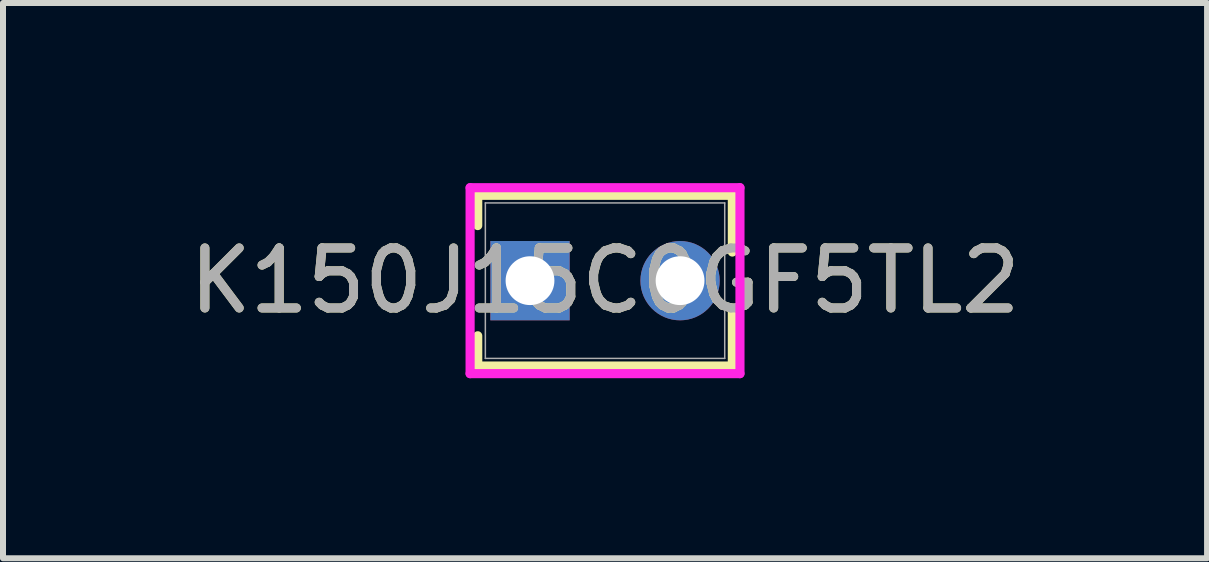
<source format=kicad_pcb>
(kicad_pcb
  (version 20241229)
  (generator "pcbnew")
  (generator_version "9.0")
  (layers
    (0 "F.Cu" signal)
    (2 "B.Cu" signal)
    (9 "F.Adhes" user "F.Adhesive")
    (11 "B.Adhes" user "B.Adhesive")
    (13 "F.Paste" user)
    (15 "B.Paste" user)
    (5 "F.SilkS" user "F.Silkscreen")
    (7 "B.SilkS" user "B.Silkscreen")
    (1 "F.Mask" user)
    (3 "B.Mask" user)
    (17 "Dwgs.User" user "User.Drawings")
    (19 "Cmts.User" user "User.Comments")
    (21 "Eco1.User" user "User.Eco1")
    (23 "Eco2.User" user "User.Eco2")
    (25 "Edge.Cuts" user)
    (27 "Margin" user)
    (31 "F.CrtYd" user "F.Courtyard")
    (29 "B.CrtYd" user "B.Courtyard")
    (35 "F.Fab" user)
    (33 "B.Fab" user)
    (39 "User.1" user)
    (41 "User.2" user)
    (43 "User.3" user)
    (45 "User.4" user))
  (footprint "K150J15C0GF5TL2"
    (layer "F.Cu")
    (at 5.78 1.626)
    (property "Reference" "K150J15C0GF5TL2" (at 1.25 0 0) (unlocked yes) (layer "F.SilkS") (effects (font (size 1 1) (thickness 0.15))))
    (attr through_hole)
    (fp_line (start -0.871 -1.422) (end -0.871 -0.918) (stroke (width 0.152) (type solid)) (layer "F.SilkS"))
    (fp_line (start -0.871 0.918) (end -0.871 1.422) (stroke (width 0.152) (type solid)) (layer "F.SilkS"))
    (fp_line (start 3.371 -1.422) (end -0.871 -1.422) (stroke (width 0.152) (type solid)) (layer "F.SilkS"))
    (fp_line (start 3.371 -1.422) (end 3.371 -0.477) (stroke (width 0.152) (type solid)) (layer "F.SilkS"))
    (fp_line (start 3.371 0.477) (end 3.371 1.422) (stroke (width 0.152) (type solid)) (layer "F.SilkS"))
    (fp_line (start 3.371 1.422) (end -0.871 1.422) (stroke (width 0.152) (type solid)) (layer "F.SilkS"))
    (fp_line (start -0.998 -1.549) (end 3.498 -1.549) (stroke (width 0.152) (type solid)) (layer "F.CrtYd"))
    (fp_line (start -0.998 1.549) (end -0.998 -1.549) (stroke (width 0.152) (type solid)) (layer "F.CrtYd"))
    (fp_line (start 3.498 -1.549) (end 3.498 1.549) (stroke (width 0.152) (type solid)) (layer "F.CrtYd"))
    (fp_line (start 3.498 1.549) (end -0.998 1.549) (stroke (width 0.152) (type solid)) (layer "F.CrtYd"))
    (fp_line (start -0.744 -1.295) (end -0.744 1.295) (stroke (width 0.025) (type solid)) (layer "F.Fab"))
    (fp_line (start 3.244 -1.295) (end -0.744 -1.295) (stroke (width 0.025) (type solid)) (layer "F.Fab"))
    (fp_line (start 3.244 -1.295) (end 3.244 1.295) (stroke (width 0.025) (type solid)) (layer "F.Fab"))
    (fp_line (start 3.244 1.295) (end -0.744 1.295) (stroke (width 0.025) (type solid)) (layer "F.Fab"))
    (fp_circle (center -0.236 0) (end -0.236 0) (stroke (width 0.025) (type solid)) (fill no) (layer "F.Fab"))
    (fp_text user "${REFERENCE}" (at 1.25 0 0) (unlocked yes) (layer "F.Fab") (effects (font (size 1 1) (thickness 0.15))))
    (pad "1" thru_hole rect (at 0 0) (size 1.321 1.321) (drill 0.813) (layers "*.Cu" "*.Mask"))
    (pad "2" thru_hole circle (at 2.5 0) (size 1.321 1.321) (drill 0.813) (layers "*.Cu" "*.Mask")))
  (gr_rect
    (start -3 -3)
    (end 17.06 6.251)
    (stroke (width 0.1) (type default))
    (fill no)
    (layer "Edge.Cuts")))
</source>
